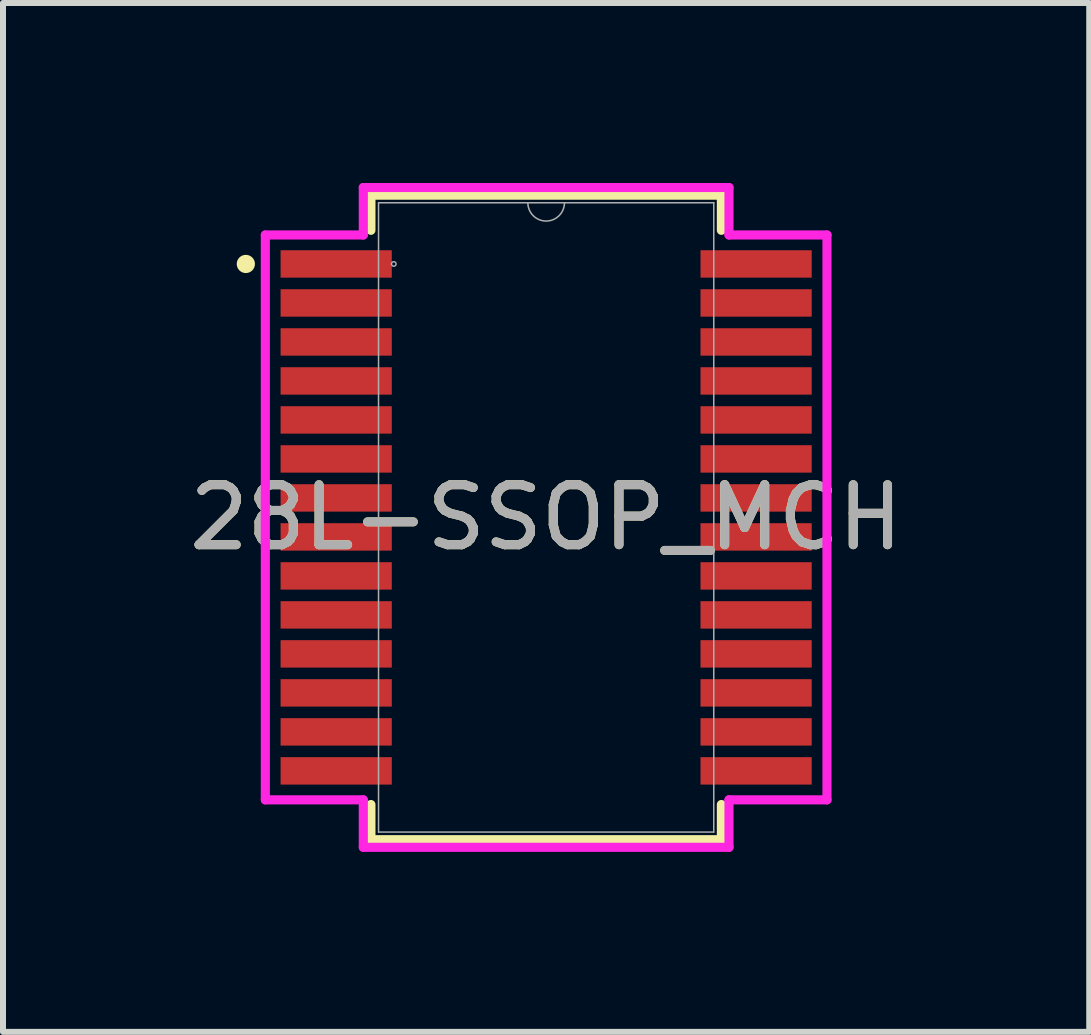
<source format=kicad_pcb>
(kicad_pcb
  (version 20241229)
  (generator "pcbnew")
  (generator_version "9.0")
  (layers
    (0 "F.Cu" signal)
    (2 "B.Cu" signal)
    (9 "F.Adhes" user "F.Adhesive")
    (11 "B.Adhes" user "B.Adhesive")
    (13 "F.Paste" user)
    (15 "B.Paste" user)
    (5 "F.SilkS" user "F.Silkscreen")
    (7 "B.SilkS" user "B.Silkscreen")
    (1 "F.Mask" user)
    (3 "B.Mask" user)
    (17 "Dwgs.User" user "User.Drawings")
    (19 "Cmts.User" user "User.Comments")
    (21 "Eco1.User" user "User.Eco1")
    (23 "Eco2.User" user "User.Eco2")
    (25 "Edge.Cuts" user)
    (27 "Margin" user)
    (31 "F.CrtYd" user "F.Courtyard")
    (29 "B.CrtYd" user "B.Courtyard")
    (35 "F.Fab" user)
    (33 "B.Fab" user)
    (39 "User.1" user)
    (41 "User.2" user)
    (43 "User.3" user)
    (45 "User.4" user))
  (footprint "28L-SSOP_MCH"
    (layer "F.Cu")
    (at 6.054 5.575)
    (property "Reference" "28L-SSOP_MCH" (at 0 0 0) (unlocked yes) (layer "F.SilkS") (effects (font (size 1 1) (thickness 0.15))))
    (attr smd)
    (fp_line (start -2.921 -5.372) (end -2.921 -4.786) (stroke (width 0.152) (type solid)) (layer "F.SilkS"))
    (fp_line (start -2.921 4.786) (end -2.921 5.372) (stroke (width 0.152) (type solid)) (layer "F.SilkS"))
    (fp_line (start -2.921 5.372) (end 2.921 5.372) (stroke (width 0.152) (type solid)) (layer "F.SilkS"))
    (fp_line (start 2.921 -5.372) (end -2.921 -5.372) (stroke (width 0.152) (type solid)) (layer "F.SilkS"))
    (fp_line (start 2.921 -4.786) (end 2.921 -5.372) (stroke (width 0.152) (type solid)) (layer "F.SilkS"))
    (fp_line (start 2.921 5.372) (end 2.921 4.786) (stroke (width 0.152) (type solid)) (layer "F.SilkS"))
    (fp_circle (center -5.006 -4.225) (end -4.93 -4.225) (stroke (width 0.152) (type solid)) (fill no) (layer "F.SilkS"))
    (fp_line (start -4.681 -4.708) (end -3.048 -4.708) (stroke (width 0.152) (type solid)) (layer "F.CrtYd"))
    (fp_line (start -4.681 4.708) (end -4.681 -4.708) (stroke (width 0.152) (type solid)) (layer "F.CrtYd"))
    (fp_line (start -4.681 4.708) (end -3.048 4.708) (stroke (width 0.152) (type solid)) (layer "F.CrtYd"))
    (fp_line (start -3.048 -5.499) (end 3.048 -5.499) (stroke (width 0.152) (type solid)) (layer "F.CrtYd"))
    (fp_line (start -3.048 -4.708) (end -3.048 -5.499) (stroke (width 0.152) (type solid)) (layer "F.CrtYd"))
    (fp_line (start -3.048 5.499) (end -3.048 4.708) (stroke (width 0.152) (type solid)) (layer "F.CrtYd"))
    (fp_line (start 3.048 -5.499) (end 3.048 -4.708) (stroke (width 0.152) (type solid)) (layer "F.CrtYd"))
    (fp_line (start 3.048 4.708) (end 3.048 5.499) (stroke (width 0.152) (type solid)) (layer "F.CrtYd"))
    (fp_line (start 3.048 5.499) (end -3.048 5.499) (stroke (width 0.152) (type solid)) (layer "F.CrtYd"))
    (fp_line (start 4.681 -4.708) (end 3.048 -4.708) (stroke (width 0.152) (type solid)) (layer "F.CrtYd"))
    (fp_line (start 4.681 -4.708) (end 4.681 4.708) (stroke (width 0.152) (type solid)) (layer "F.CrtYd"))
    (fp_line (start 4.681 4.708) (end 3.048 4.708) (stroke (width 0.152) (type solid)) (layer "F.CrtYd"))
    (fp_line (start -2.794 -5.245) (end -2.794 5.245) (stroke (width 0.025) (type solid)) (layer "F.Fab"))
    (fp_line (start -2.794 5.245) (end 2.794 5.245) (stroke (width 0.025) (type solid)) (layer "F.Fab"))
    (fp_line (start 2.794 -5.245) (end -2.794 -5.245) (stroke (width 0.025) (type solid)) (layer "F.Fab"))
    (fp_line (start 2.794 5.245) (end 2.794 -5.245) (stroke (width 0.025) (type solid)) (layer "F.Fab"))
    (fp_arc (start 0.3048 -5.2451) (mid 0 -4.9403) (end -0.3048 -5.2451) (stroke (width 0.0254) (type solid)) (layer "F.Fab"))
    (fp_circle (center -2.54 -4.225) (end -2.502 -4.225) (stroke (width 0.025) (type solid)) (fill no) (layer "F.Fab"))
    (fp_text user "${REFERENCE}" (at 0 0 0) (unlocked yes) (layer "F.Fab") (effects (font (size 1 1) (thickness 0.15))))
    (pad "1" smd rect (at -3.5 -4.225) (size 1.854 0.457) (layers "F.Cu" "F.Mask" "F.Paste"))
    (pad "2" smd rect (at -3.5 -3.575) (size 1.854 0.457) (layers "F.Cu" "F.Mask" "F.Paste"))
    (pad "3" smd rect (at -3.5 -2.925) (size 1.854 0.457) (layers "F.Cu" "F.Mask" "F.Paste"))
    (pad "4" smd rect (at -3.5 -2.275) (size 1.854 0.457) (layers "F.Cu" "F.Mask" "F.Paste"))
    (pad "5" smd rect (at -3.5 -1.625) (size 1.854 0.457) (layers "F.Cu" "F.Mask" "F.Paste"))
    (pad "6" smd rect (at -3.5 -0.975) (size 1.854 0.457) (layers "F.Cu" "F.Mask" "F.Paste"))
    (pad "7" smd rect (at -3.5 -0.325) (size 1.854 0.457) (layers "F.Cu" "F.Mask" "F.Paste"))
    (pad "8" smd rect (at -3.5 0.325) (size 1.854 0.457) (layers "F.Cu" "F.Mask" "F.Paste"))
    (pad "9" smd rect (at -3.5 0.975) (size 1.854 0.457) (layers "F.Cu" "F.Mask" "F.Paste"))
    (pad "10" smd rect (at -3.5 1.625) (size 1.854 0.457) (layers "F.Cu" "F.Mask" "F.Paste"))
    (pad "11" smd rect (at -3.5 2.275) (size 1.854 0.457) (layers "F.Cu" "F.Mask" "F.Paste"))
    (pad "12" smd rect (at -3.5 2.925) (size 1.854 0.457) (layers "F.Cu" "F.Mask" "F.Paste"))
    (pad "13" smd rect (at -3.5 3.575) (size 1.854 0.457) (layers "F.Cu" "F.Mask" "F.Paste"))
    (pad "14" smd rect (at -3.5 4.225) (size 1.854 0.457) (layers "F.Cu" "F.Mask" "F.Paste"))
    (pad "15" smd rect (at 3.5 4.225) (size 1.854 0.457) (layers "F.Cu" "F.Mask" "F.Paste"))
    (pad "16" smd rect (at 3.5 3.575) (size 1.854 0.457) (layers "F.Cu" "F.Mask" "F.Paste"))
    (pad "17" smd rect (at 3.5 2.925) (size 1.854 0.457) (layers "F.Cu" "F.Mask" "F.Paste"))
    (pad "18" smd rect (at 3.5 2.275) (size 1.854 0.457) (layers "F.Cu" "F.Mask" "F.Paste"))
    (pad "19" smd rect (at 3.5 1.625) (size 1.854 0.457) (layers "F.Cu" "F.Mask" "F.Paste"))
    (pad "20" smd rect (at 3.5 0.975) (size 1.854 0.457) (layers "F.Cu" "F.Mask" "F.Paste"))
    (pad "21" smd rect (at 3.5 0.325) (size 1.854 0.457) (layers "F.Cu" "F.Mask" "F.Paste"))
    (pad "22" smd rect (at 3.5 -0.325) (size 1.854 0.457) (layers "F.Cu" "F.Mask" "F.Paste"))
    (pad "23" smd rect (at 3.5 -0.975) (size 1.854 0.457) (layers "F.Cu" "F.Mask" "F.Paste"))
    (pad "24" smd rect (at 3.5 -1.625) (size 1.854 0.457) (layers "F.Cu" "F.Mask" "F.Paste"))
    (pad "25" smd rect (at 3.5 -2.275) (size 1.854 0.457) (layers "F.Cu" "F.Mask" "F.Paste"))
    (pad "26" smd rect (at 3.5 -2.925) (size 1.854 0.457) (layers "F.Cu" "F.Mask" "F.Paste"))
    (pad "27" smd rect (at 3.5 -3.575) (size 1.854 0.457) (layers "F.Cu" "F.Mask" "F.Paste"))
    (pad "28" smd rect (at 3.5 -4.225) (size 1.854 0.457) (layers "F.Cu" "F.Mask" "F.Paste")))
  (gr_rect
    (start -3 -3)
    (end 15.107 14.151)
    (stroke (width 0.1) (type default))
    (fill no)
    (layer "Edge.Cuts")))
</source>
